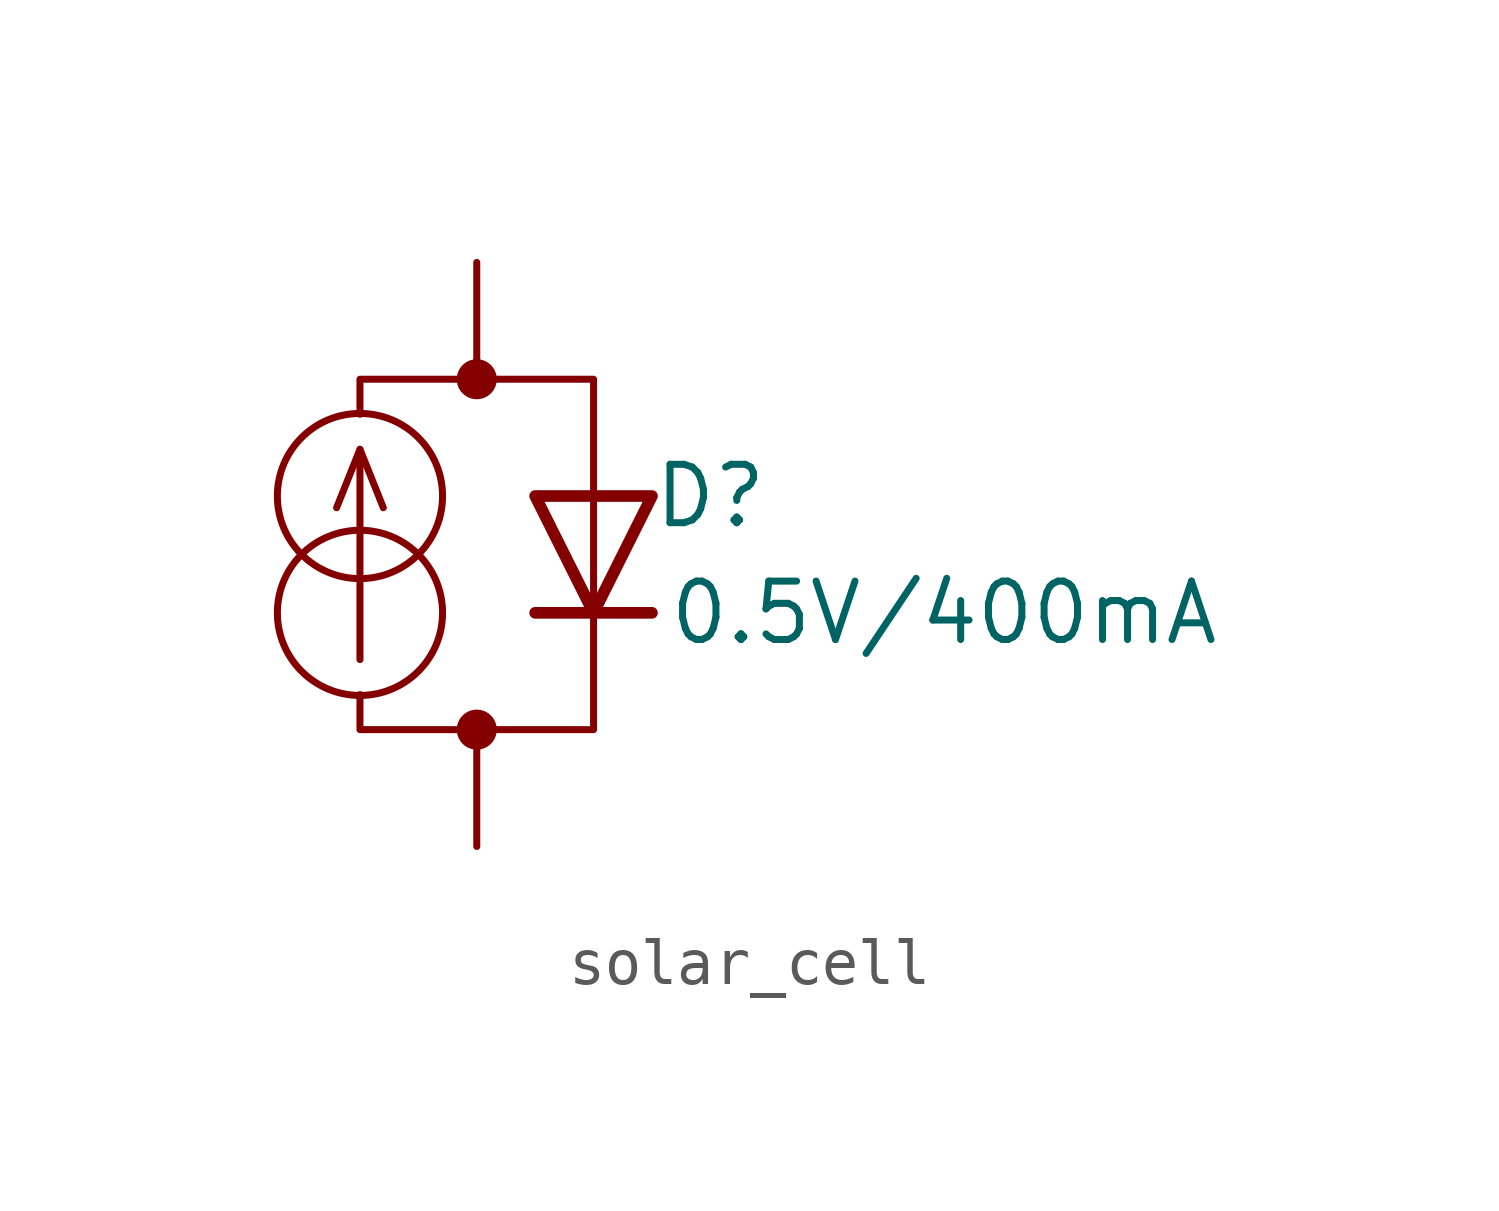
<source format=kicad_sym>
(kicad_symbol_lib
  (version 20220914)
  (generator kicad_symbol_editor)
  (symbol "solar_cell"
    (pin_numbers hide)
    (pin_names hide)
    (property "Reference" "D"
      (at 5.08 0 0)
      (effects (font (size 1.27 1.27))))
    (property "Value" "0.5V/400mA"
      (at 10.16 -2.54 0)
      (effects (font (size 1.27 1.27))))
    (symbol "solar_cell_0_1"
      (circle (center -2.54 -2.54) (radius 1.796) (stroke (width 0) (type default)) (fill (type none)))
      (circle (center -2.54 0) (radius 1.796) (stroke (width 0) (type default)) (fill (type none)))
      (polyline (pts (xy -2.032 -0.254) (xy -2.54 1.016)) (stroke (width 0) (type default)) (fill (type none)))
      (polyline (pts (xy 1.27 -2.54) (xy 3.81 -2.54)) (stroke (width 0.254) (type default)) (fill (type none)))
      (polyline (pts (xy 2.54 0) (xy 2.54 -2.54)) (stroke (width 0) (type default)) (fill (type none)))
      (polyline (pts (xy -2.54 -3.556) (xy -2.54 1.016) (xy -3.048 -0.254)) (stroke (width 0) (type default)) (fill (type none)))
      (polyline (pts (xy -2.54 -4.318) (xy -2.54 -5.08) (xy 2.54 -5.08) (xy 2.54 -2.54)) (stroke (width 0) (type default)) (fill (type none)))
      (polyline (pts (xy -2.54 1.778) (xy -2.54 2.54) (xy 2.54 2.54) (xy 2.54 0)) (stroke (width 0) (type default)) (fill (type none)))
      (polyline (pts (xy 1.27 0) (xy 3.81 0) (xy 2.54 -2.54) (xy 1.27 0)) (stroke (width 0.254) (type default)) (fill (type none))))
    (symbol "solar_cell_1_1"
      (circle (center 0 -5.08) (radius 0.359) (stroke (width 0) (type default)) (fill (type outline)))
      (circle (center 0 2.54) (radius 0.359) (stroke (width 0) (type default)) (fill (type outline)))
      (pin passive line (at 0 5.08 270) (length 2.54) (name "A" (effects (font (size 1.27 1.27)))) (number "1" (effects (font (size 1.27 1.27)))))
      (pin passive line (at 0 -7.62 90) (length 2.54) (name "K" (effects (font (size 1.27 1.27)))) (number "2" (effects (font (size 1.27 1.27))))))))
</source>
